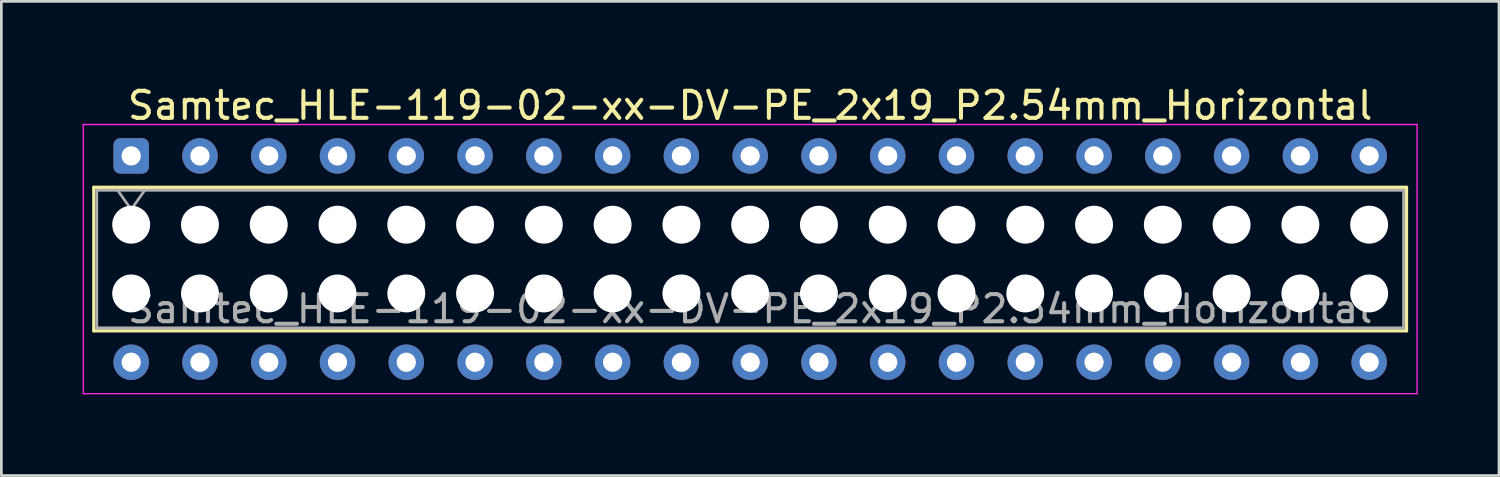
<source format=kicad_pcb>
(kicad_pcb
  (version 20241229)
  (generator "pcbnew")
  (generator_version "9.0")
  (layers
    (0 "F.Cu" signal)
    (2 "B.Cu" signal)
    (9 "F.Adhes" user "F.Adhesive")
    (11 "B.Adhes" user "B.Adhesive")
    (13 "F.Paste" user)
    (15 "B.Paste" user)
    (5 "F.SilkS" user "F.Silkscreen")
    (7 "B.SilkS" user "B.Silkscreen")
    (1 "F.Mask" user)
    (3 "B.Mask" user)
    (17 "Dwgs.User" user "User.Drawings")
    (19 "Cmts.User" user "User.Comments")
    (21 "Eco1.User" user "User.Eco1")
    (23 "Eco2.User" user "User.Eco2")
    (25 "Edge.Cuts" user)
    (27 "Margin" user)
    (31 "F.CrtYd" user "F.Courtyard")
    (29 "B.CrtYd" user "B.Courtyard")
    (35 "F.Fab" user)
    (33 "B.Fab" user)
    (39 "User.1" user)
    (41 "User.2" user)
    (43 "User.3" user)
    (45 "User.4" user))
  (footprint "Samtec_HLE-119-02-xx-DV-PE_2x19_P2.54mm_Horizontal"
    (layer "F.Cu")
    (at 1.795 2.708)
    (property "Reference" "Samtec_HLE-119-02-xx-DV-PE_2x19_P2.54mm_Horizontal" (at 22.86 -1.86 0) (layer "F.SilkS") (effects (font (size 1 1) (thickness 0.15))))
    (attr through_hole)
    (fp_line (start -1.38 1.16) (end 47.1 1.16) (stroke (width 0.12) (type solid)) (layer "F.SilkS"))
    (fp_line (start -1.38 6.46) (end -1.38 1.16) (stroke (width 0.12) (type solid)) (layer "F.SilkS"))
    (fp_line (start 47.1 1.16) (end 47.1 6.46) (stroke (width 0.12) (type solid)) (layer "F.SilkS"))
    (fp_line (start 47.1 6.46) (end -1.38 6.46) (stroke (width 0.12) (type solid)) (layer "F.SilkS"))
    (fp_line (start -1.77 -1.16) (end 47.49 -1.16) (stroke (width 0.05) (type solid)) (layer "F.CrtYd"))
    (fp_line (start -1.77 8.78) (end -1.77 -1.16) (stroke (width 0.05) (type solid)) (layer "F.CrtYd"))
    (fp_line (start 47.49 -1.16) (end 47.49 8.78) (stroke (width 0.05) (type solid)) (layer "F.CrtYd"))
    (fp_line (start 47.49 8.78) (end -1.77 8.78) (stroke (width 0.05) (type solid)) (layer "F.CrtYd"))
    (fp_line (start -1.27 1.27) (end 46.99 1.27) (stroke (width 0.1) (type solid)) (layer "F.Fab"))
    (fp_line (start -1.27 6.35) (end -1.27 1.27) (stroke (width 0.1) (type solid)) (layer "F.Fab"))
    (fp_line (start -0.5 1.27) (end 0 1.977) (stroke (width 0.1) (type solid)) (layer "F.Fab"))
    (fp_line (start 0 1.977) (end 0.5 1.27) (stroke (width 0.1) (type solid)) (layer "F.Fab"))
    (fp_line (start 46.99 1.27) (end 46.99 6.35) (stroke (width 0.1) (type solid)) (layer "F.Fab"))
    (fp_line (start 46.99 6.35) (end -1.27 6.35) (stroke (width 0.1) (type solid)) (layer "F.Fab"))
    (fp_text user "${REFERENCE}" (at 22.86 5.65 0) (layer "F.Fab") (effects (font (size 1 1) (thickness 0.15))))
    (pad "" np_thru_hole circle (at 0 2.54) (size 1.4 1.4) (drill 1.4) (layers "*.Cu" "*.Mask"))
    (pad "" np_thru_hole circle (at 0 5.08) (size 1.4 1.4) (drill 1.4) (layers "*.Cu" "*.Mask"))
    (pad "" np_thru_hole circle (at 2.54 2.54) (size 1.4 1.4) (drill 1.4) (layers "*.Cu" "*.Mask"))
    (pad "" np_thru_hole circle (at 2.54 5.08) (size 1.4 1.4) (drill 1.4) (layers "*.Cu" "*.Mask"))
    (pad "" np_thru_hole circle (at 5.08 2.54) (size 1.4 1.4) (drill 1.4) (layers "*.Cu" "*.Mask"))
    (pad "" np_thru_hole circle (at 5.08 5.08) (size 1.4 1.4) (drill 1.4) (layers "*.Cu" "*.Mask"))
    (pad "" np_thru_hole circle (at 7.62 2.54) (size 1.4 1.4) (drill 1.4) (layers "*.Cu" "*.Mask"))
    (pad "" np_thru_hole circle (at 7.62 5.08) (size 1.4 1.4) (drill 1.4) (layers "*.Cu" "*.Mask"))
    (pad "" np_thru_hole circle (at 10.16 2.54) (size 1.4 1.4) (drill 1.4) (layers "*.Cu" "*.Mask"))
    (pad "" np_thru_hole circle (at 10.16 5.08) (size 1.4 1.4) (drill 1.4) (layers "*.Cu" "*.Mask"))
    (pad "" np_thru_hole circle (at 12.7 2.54) (size 1.4 1.4) (drill 1.4) (layers "*.Cu" "*.Mask"))
    (pad "" np_thru_hole circle (at 12.7 5.08) (size 1.4 1.4) (drill 1.4) (layers "*.Cu" "*.Mask"))
    (pad "" np_thru_hole circle (at 15.24 2.54) (size 1.4 1.4) (drill 1.4) (layers "*.Cu" "*.Mask"))
    (pad "" np_thru_hole circle (at 15.24 5.08) (size 1.4 1.4) (drill 1.4) (layers "*.Cu" "*.Mask"))
    (pad "" np_thru_hole circle (at 17.78 2.54) (size 1.4 1.4) (drill 1.4) (layers "*.Cu" "*.Mask"))
    (pad "" np_thru_hole circle (at 17.78 5.08) (size 1.4 1.4) (drill 1.4) (layers "*.Cu" "*.Mask"))
    (pad "" np_thru_hole circle (at 20.32 2.54) (size 1.4 1.4) (drill 1.4) (layers "*.Cu" "*.Mask"))
    (pad "" np_thru_hole circle (at 20.32 5.08) (size 1.4 1.4) (drill 1.4) (layers "*.Cu" "*.Mask"))
    (pad "" np_thru_hole circle (at 22.86 2.54) (size 1.4 1.4) (drill 1.4) (layers "*.Cu" "*.Mask"))
    (pad "" np_thru_hole circle (at 22.86 5.08) (size 1.4 1.4) (drill 1.4) (layers "*.Cu" "*.Mask"))
    (pad "" np_thru_hole circle (at 25.4 2.54) (size 1.4 1.4) (drill 1.4) (layers "*.Cu" "*.Mask"))
    (pad "" np_thru_hole circle (at 25.4 5.08) (size 1.4 1.4) (drill 1.4) (layers "*.Cu" "*.Mask"))
    (pad "" np_thru_hole circle (at 27.94 2.54) (size 1.4 1.4) (drill 1.4) (layers "*.Cu" "*.Mask"))
    (pad "" np_thru_hole circle (at 27.94 5.08) (size 1.4 1.4) (drill 1.4) (layers "*.Cu" "*.Mask"))
    (pad "" np_thru_hole circle (at 30.48 2.54) (size 1.4 1.4) (drill 1.4) (layers "*.Cu" "*.Mask"))
    (pad "" np_thru_hole circle (at 30.48 5.08) (size 1.4 1.4) (drill 1.4) (layers "*.Cu" "*.Mask"))
    (pad "" np_thru_hole circle (at 33.02 2.54) (size 1.4 1.4) (drill 1.4) (layers "*.Cu" "*.Mask"))
    (pad "" np_thru_hole circle (at 33.02 5.08) (size 1.4 1.4) (drill 1.4) (layers "*.Cu" "*.Mask"))
    (pad "" np_thru_hole circle (at 35.56 2.54) (size 1.4 1.4) (drill 1.4) (layers "*.Cu" "*.Mask"))
    (pad "" np_thru_hole circle (at 35.56 5.08) (size 1.4 1.4) (drill 1.4) (layers "*.Cu" "*.Mask"))
    (pad "" np_thru_hole circle (at 38.1 2.54) (size 1.4 1.4) (drill 1.4) (layers "*.Cu" "*.Mask"))
    (pad "" np_thru_hole circle (at 38.1 5.08) (size 1.4 1.4) (drill 1.4) (layers "*.Cu" "*.Mask"))
    (pad "" np_thru_hole circle (at 40.64 2.54) (size 1.4 1.4) (drill 1.4) (layers "*.Cu" "*.Mask"))
    (pad "" np_thru_hole circle (at 40.64 5.08) (size 1.4 1.4) (drill 1.4) (layers "*.Cu" "*.Mask"))
    (pad "" np_thru_hole circle (at 43.18 2.54) (size 1.4 1.4) (drill 1.4) (layers "*.Cu" "*.Mask"))
    (pad "" np_thru_hole circle (at 43.18 5.08) (size 1.4 1.4) (drill 1.4) (layers "*.Cu" "*.Mask"))
    (pad "" np_thru_hole circle (at 45.72 2.54) (size 1.4 1.4) (drill 1.4) (layers "*.Cu" "*.Mask"))
    (pad "" np_thru_hole circle (at 45.72 5.08) (size 1.4 1.4) (drill 1.4) (layers "*.Cu" "*.Mask"))
    (pad "1" thru_hole roundrect (at 0 0) (size 1.31 1.31) (drill 0.71) (layers "*.Cu" "*.Mask") (roundrect_rratio 0.191))
    (pad "2" thru_hole circle (at 0 7.62) (size 1.31 1.31) (drill 0.71) (layers "*.Cu" "*.Mask"))
    (pad "3" thru_hole circle (at 2.54 0) (size 1.31 1.31) (drill 0.71) (layers "*.Cu" "*.Mask"))
    (pad "4" thru_hole circle (at 2.54 7.62) (size 1.31 1.31) (drill 0.71) (layers "*.Cu" "*.Mask"))
    (pad "5" thru_hole circle (at 5.08 0) (size 1.31 1.31) (drill 0.71) (layers "*.Cu" "*.Mask"))
    (pad "6" thru_hole circle (at 5.08 7.62) (size 1.31 1.31) (drill 0.71) (layers "*.Cu" "*.Mask"))
    (pad "7" thru_hole circle (at 7.62 0) (size 1.31 1.31) (drill 0.71) (layers "*.Cu" "*.Mask"))
    (pad "8" thru_hole circle (at 7.62 7.62) (size 1.31 1.31) (drill 0.71) (layers "*.Cu" "*.Mask"))
    (pad "9" thru_hole circle (at 10.16 0) (size 1.31 1.31) (drill 0.71) (layers "*.Cu" "*.Mask"))
    (pad "10" thru_hole circle (at 10.16 7.62) (size 1.31 1.31) (drill 0.71) (layers "*.Cu" "*.Mask"))
    (pad "11" thru_hole circle (at 12.7 0) (size 1.31 1.31) (drill 0.71) (layers "*.Cu" "*.Mask"))
    (pad "12" thru_hole circle (at 12.7 7.62) (size 1.31 1.31) (drill 0.71) (layers "*.Cu" "*.Mask"))
    (pad "13" thru_hole circle (at 15.24 0) (size 1.31 1.31) (drill 0.71) (layers "*.Cu" "*.Mask"))
    (pad "14" thru_hole circle (at 15.24 7.62) (size 1.31 1.31) (drill 0.71) (layers "*.Cu" "*.Mask"))
    (pad "15" thru_hole circle (at 17.78 0) (size 1.31 1.31) (drill 0.71) (layers "*.Cu" "*.Mask"))
    (pad "16" thru_hole circle (at 17.78 7.62) (size 1.31 1.31) (drill 0.71) (layers "*.Cu" "*.Mask"))
    (pad "17" thru_hole circle (at 20.32 0) (size 1.31 1.31) (drill 0.71) (layers "*.Cu" "*.Mask"))
    (pad "18" thru_hole circle (at 20.32 7.62) (size 1.31 1.31) (drill 0.71) (layers "*.Cu" "*.Mask"))
    (pad "19" thru_hole circle (at 22.86 0) (size 1.31 1.31) (drill 0.71) (layers "*.Cu" "*.Mask"))
    (pad "20" thru_hole circle (at 22.86 7.62) (size 1.31 1.31) (drill 0.71) (layers "*.Cu" "*.Mask"))
    (pad "21" thru_hole circle (at 25.4 0) (size 1.31 1.31) (drill 0.71) (layers "*.Cu" "*.Mask"))
    (pad "22" thru_hole circle (at 25.4 7.62) (size 1.31 1.31) (drill 0.71) (layers "*.Cu" "*.Mask"))
    (pad "23" thru_hole circle (at 27.94 0) (size 1.31 1.31) (drill 0.71) (layers "*.Cu" "*.Mask"))
    (pad "24" thru_hole circle (at 27.94 7.62) (size 1.31 1.31) (drill 0.71) (layers "*.Cu" "*.Mask"))
    (pad "25" thru_hole circle (at 30.48 0) (size 1.31 1.31) (drill 0.71) (layers "*.Cu" "*.Mask"))
    (pad "26" thru_hole circle (at 30.48 7.62) (size 1.31 1.31) (drill 0.71) (layers "*.Cu" "*.Mask"))
    (pad "27" thru_hole circle (at 33.02 0) (size 1.31 1.31) (drill 0.71) (layers "*.Cu" "*.Mask"))
    (pad "28" thru_hole circle (at 33.02 7.62) (size 1.31 1.31) (drill 0.71) (layers "*.Cu" "*.Mask"))
    (pad "29" thru_hole circle (at 35.56 0) (size 1.31 1.31) (drill 0.71) (layers "*.Cu" "*.Mask"))
    (pad "30" thru_hole circle (at 35.56 7.62) (size 1.31 1.31) (drill 0.71) (layers "*.Cu" "*.Mask"))
    (pad "31" thru_hole circle (at 38.1 0) (size 1.31 1.31) (drill 0.71) (layers "*.Cu" "*.Mask"))
    (pad "32" thru_hole circle (at 38.1 7.62) (size 1.31 1.31) (drill 0.71) (layers "*.Cu" "*.Mask"))
    (pad "33" thru_hole circle (at 40.64 0) (size 1.31 1.31) (drill 0.71) (layers "*.Cu" "*.Mask"))
    (pad "34" thru_hole circle (at 40.64 7.62) (size 1.31 1.31) (drill 0.71) (layers "*.Cu" "*.Mask"))
    (pad "35" thru_hole circle (at 43.18 0) (size 1.31 1.31) (drill 0.71) (layers "*.Cu" "*.Mask"))
    (pad "36" thru_hole circle (at 43.18 7.62) (size 1.31 1.31) (drill 0.71) (layers "*.Cu" "*.Mask"))
    (pad "37" thru_hole circle (at 45.72 0) (size 1.31 1.31) (drill 0.71) (layers "*.Cu" "*.Mask"))
    (pad "38" thru_hole circle (at 45.72 7.62) (size 1.31 1.31) (drill 0.71) (layers "*.Cu" "*.Mask")))
  (gr_rect
    (start -3 -3)
    (end 52.31 14.513)
    (stroke (width 0.1) (type default))
    (fill no)
    (layer "Edge.Cuts")))
</source>
